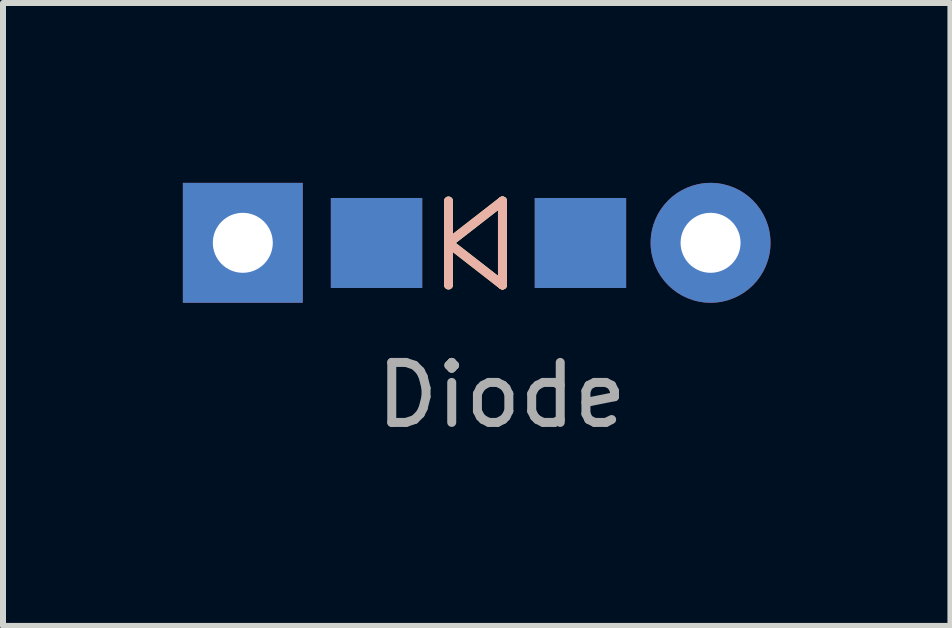
<source format=kicad_pcb>
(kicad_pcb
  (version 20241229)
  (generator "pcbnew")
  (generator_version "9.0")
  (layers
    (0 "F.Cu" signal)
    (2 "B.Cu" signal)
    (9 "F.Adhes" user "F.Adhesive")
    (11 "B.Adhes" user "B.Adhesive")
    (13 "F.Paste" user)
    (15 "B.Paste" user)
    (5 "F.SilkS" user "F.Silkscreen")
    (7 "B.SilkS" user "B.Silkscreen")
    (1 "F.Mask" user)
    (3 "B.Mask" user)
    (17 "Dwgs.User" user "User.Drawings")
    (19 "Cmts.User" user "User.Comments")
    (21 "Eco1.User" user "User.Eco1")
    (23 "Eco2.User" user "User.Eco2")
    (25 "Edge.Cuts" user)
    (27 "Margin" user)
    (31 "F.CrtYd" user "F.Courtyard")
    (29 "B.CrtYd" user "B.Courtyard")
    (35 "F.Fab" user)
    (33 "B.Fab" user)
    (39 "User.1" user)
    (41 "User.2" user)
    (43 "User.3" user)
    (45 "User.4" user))
  (footprint "Diode"
    (layer "F.Cu")
    (at 0.499 1.002)
    (property "Reference" "Diode" (at 4.817 2.537 0) (layer "F.Fab") (effects (font (size 1 1) (thickness 0.15))))
    (attr through_hole)
    (fp_line (start 3.93 -0.7) (end 3.93 0.7) (stroke (width 0.15) (type solid)) (layer "F.SilkS"))
    (fp_line (start 3.93 0) (end 4.83 -0.7) (stroke (width 0.15) (type solid)) (layer "F.SilkS"))
    (fp_line (start 4.83 -0.7) (end 4.83 0.7) (stroke (width 0.15) (type solid)) (layer "F.SilkS"))
    (fp_line (start 4.83 0.7) (end 3.93 0) (stroke (width 0.15) (type solid)) (layer "F.SilkS"))
    (fp_line (start 3.93 -0.7) (end 3.93 0.7) (stroke (width 0.15) (type solid)) (layer "B.SilkS"))
    (fp_line (start 3.93 0) (end 4.83 -0.7) (stroke (width 0.15) (type solid)) (layer "B.SilkS"))
    (fp_line (start 4.83 -0.7) (end 4.83 0.7) (stroke (width 0.15) (type solid)) (layer "B.SilkS"))
    (fp_line (start 4.83 0.7) (end 3.93 0) (stroke (width 0.15) (type solid)) (layer "B.SilkS"))
    (pad "1" thru_hole rect (at 0.5 -0.003 180) (size 1.999 1.999) (drill 1) (layers "*.Cu" "*.Mask"))
    (pad "1" smd rect (at 2.73 0) (size 1.524 1.5) (layers "F.Cu" "F.Mask" "F.Paste"))
    (pad "1" smd rect (at 2.73 0) (size 1.524 1.5) (layers "B.Cu" "B.Mask" "B.Paste"))
    (pad "2" smd rect (at 6.13 0) (size 1.524 1.5) (layers "F.Cu" "F.Mask" "F.Paste"))
    (pad "2" smd rect (at 6.13 0) (size 1.524 1.5) (layers "B.Cu" "B.Mask" "B.Paste"))
    (pad "2" thru_hole circle (at 8.3 -0.003 180) (size 1.999 1.999) (drill 1) (layers "*.Cu" "*.Mask")))
  (gr_rect
    (start -3 -3)
    (end 12.799 7.388)
    (stroke (width 0.1) (type default))
    (fill no)
    (layer "Edge.Cuts")))
</source>
